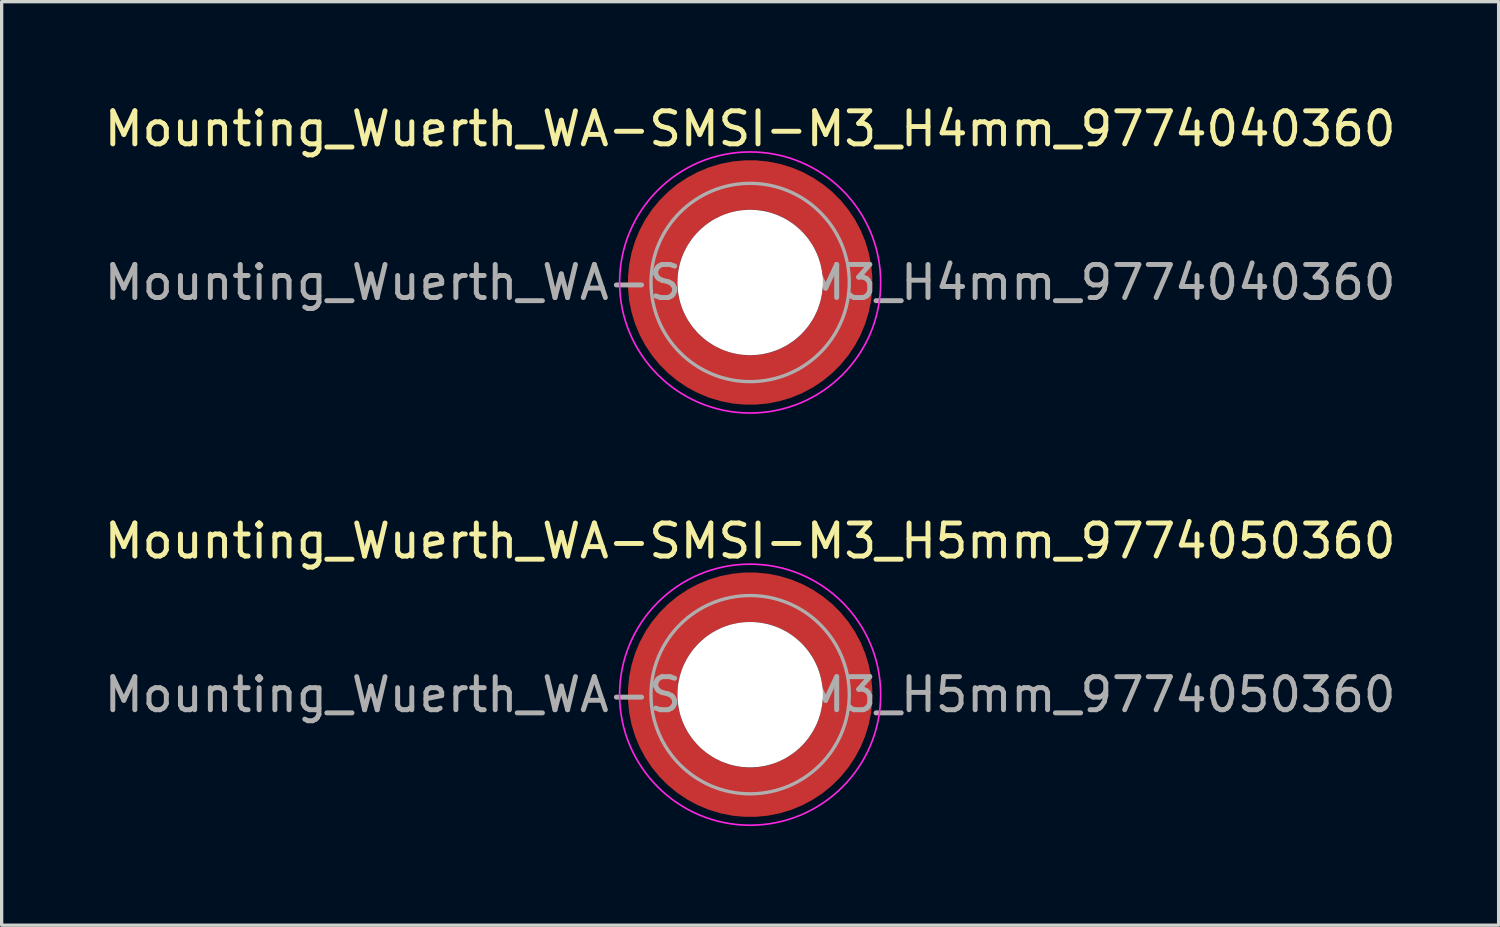
<source format=kicad_pcb>
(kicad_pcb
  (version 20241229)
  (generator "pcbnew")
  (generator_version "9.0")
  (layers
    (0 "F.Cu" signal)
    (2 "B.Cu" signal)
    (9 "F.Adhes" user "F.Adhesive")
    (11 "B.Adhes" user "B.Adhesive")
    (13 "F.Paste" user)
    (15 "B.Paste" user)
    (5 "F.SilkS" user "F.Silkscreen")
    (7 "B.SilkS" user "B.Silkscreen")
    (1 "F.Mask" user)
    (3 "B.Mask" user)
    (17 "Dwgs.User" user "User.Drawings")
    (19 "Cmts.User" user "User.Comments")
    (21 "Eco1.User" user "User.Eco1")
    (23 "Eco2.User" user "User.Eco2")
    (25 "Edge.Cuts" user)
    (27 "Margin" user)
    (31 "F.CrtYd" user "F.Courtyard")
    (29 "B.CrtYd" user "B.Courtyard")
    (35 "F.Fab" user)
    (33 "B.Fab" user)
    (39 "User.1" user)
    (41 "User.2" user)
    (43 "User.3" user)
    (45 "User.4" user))
  (footprint "Mounting_Wuerth_WA-SMSI-M3_H4mm_9774040360"
    (layer "F.Cu")
    (at 19.649 5.498)
    (property "Reference" "Mounting_Wuerth_WA-SMSI-M3_H4mm_9774040360" (at 0 -4.65 0) (layer "F.SilkS") (effects (font (size 1 1) (thickness 0.15))))
    (attr smd)
    (fp_circle (center 0 0) (end 3.95 0) (stroke (width 0.05) (type solid)) (fill no) (layer "F.CrtYd"))
    (fp_circle (center 0 0) (end 3 0) (stroke (width 0.1) (type solid)) (fill no) (layer "F.Fab"))
    (fp_text user "${REFERENCE}" (at 0 0 0) (layer "F.Fab") (effects (font (size 1 1) (thickness 0.15))))
    (pad "" smd custom (at -2.058 -2.058) (size 0.7 0.7) (layers "F.Paste") (options (anchor circle)) (primitives (gr_arc (start -0.377294 1.707681) (mid 0.317578 0.318817) (end 1.705947 -0.377044) (width 0.2)) (gr_arc (start -0.478281 1.707681) (mid 0.246161 0.248814) (end 1.703965 -0.477765) (width 0.2)) (gr_arc (start -0.579192 1.707681) (mid 0.175492 0.178063) (end 1.704077 -0.578711) (width 0.2)) (gr_arc (start -0.680037 1.707681) (mid 0.105568 0.106564) (end 1.706284 -0.679858) (width 0.2)) (gr_arc (start -0.780822 1.707681) (mid 0.034627 0.036085) (end 1.705634 -0.780569) (width 0.2)) (gr_arc (start -0.881554 1.707681) (mid -0.035694 -0.035016) (end 1.706729 -0.881441) (width 0.2)) (gr_arc (start -0.982237 1.707681) (mid -0.107281 -0.10485) (end 1.704266 -0.981843) (width 0.2)) (gr_arc (start -1.082877 1.707681) (mid -0.178372 -0.175181) (end 1.703197 -1.082374) (width 0.2)) (gr_arc (start -1.183476 1.707681) (mid -0.248964 -0.246008) (end 1.703525 -1.183025) (width 0.2)) (gr_arc (start -1.28404 1.707681) (mid -0.319062 -0.317334) (end 1.70525 -1.283784) (width 0.2)) (gr_line (start 1.708 -0.377) (end 1.708 -1.284) (width 0.2)) (gr_line (start -0.377 1.708) (end -1.284 1.708) (width 0.2))))
    (pad "" smd custom (at -2.058 2.058) (size 0.7 0.7) (layers "F.Paste") (options (anchor circle)) (primitives (gr_arc (start 1.707681 0.377294) (mid 0.318817 -0.317578) (end -0.377044 -1.705947) (width 0.2)) (gr_arc (start 1.707681 0.478281) (mid 0.248814 -0.246161) (end -0.477765 -1.703965) (width 0.2)) (gr_arc (start 1.707681 0.579192) (mid 0.178063 -0.175492) (end -0.578711 -1.704077) (width 0.2)) (gr_arc (start 1.707681 0.680037) (mid 0.106564 -0.105568) (end -0.679858 -1.706284) (width 0.2)) (gr_arc (start 1.707681 0.780822) (mid 0.036085 -0.034626) (end -0.780569 -1.705634) (width 0.2)) (gr_arc (start 1.707681 0.881554) (mid -0.035016 0.035694) (end -0.881441 -1.706729) (width 0.2)) (gr_arc (start 1.707681 0.982237) (mid -0.10485 0.107281) (end -0.981842 -1.704266) (width 0.2)) (gr_arc (start 1.707681 1.082877) (mid -0.175181 0.178372) (end -1.082374 -1.703197) (width 0.2)) (gr_arc (start 1.707681 1.183476) (mid -0.246008 0.248964) (end -1.183025 -1.703525) (width 0.2)) (gr_arc (start 1.707681 1.28404) (mid -0.317334 0.319062) (end -1.283784 -1.70525) (width 0.2)) (gr_line (start -0.377 -1.708) (end -1.284 -1.708) (width 0.2)) (gr_line (start 1.708 0.377) (end 1.708 1.284) (width 0.2))))
    (pad "" np_thru_hole circle (at 0 0) (size 4.4 4.4) (drill 4.4) (layers "*.Cu" "*.Mask"))
    (pad "" smd custom (at 2.058 -2.058) (size 0.7 0.7) (layers "F.Paste") (options (anchor circle)) (primitives (gr_arc (start -1.707681 -0.377294) (mid -0.318817 0.317579) (end 0.377044 1.705947) (width 0.2)) (gr_arc (start -1.707681 -0.478281) (mid -0.248814 0.246161) (end 0.477765 1.703965) (width 0.2)) (gr_arc (start -1.707681 -0.579192) (mid -0.178063 0.175492) (end 0.578711 1.704077) (width 0.2)) (gr_arc (start -1.707681 -0.680037) (mid -0.106564 0.105568) (end 0.679858 1.706284) (width 0.2)) (gr_arc (start -1.707681 -0.780822) (mid -0.036085 0.034627) (end 0.780569 1.705634) (width 0.2)) (gr_arc (start -1.707681 -0.881554) (mid 0.035016 -0.035694) (end 0.881441 1.706729) (width 0.2)) (gr_arc (start -1.707681 -0.982237) (mid 0.10485 -0.107281) (end 0.981843 1.704266) (width 0.2)) (gr_arc (start -1.707681 -1.082877) (mid 0.175181 -0.178372) (end 1.082374 1.703197) (width 0.2)) (gr_arc (start -1.707681 -1.183476) (mid 0.246008 -0.248964) (end 1.183025 1.703525) (width 0.2)) (gr_arc (start -1.707681 -1.28404) (mid 0.317333 -0.319062) (end 1.283784 1.70525) (width 0.2)) (gr_line (start 0.377 1.708) (end 1.284 1.708) (width 0.2)) (gr_line (start -1.708 -0.377) (end -1.708 -1.284) (width 0.2))))
    (pad "" smd custom (at 2.058 2.058) (size 0.7 0.7) (layers "F.Paste") (options (anchor circle)) (primitives (gr_arc (start 0.377294 -1.707681) (mid -0.317579 -0.318817) (end -1.705947 0.377044) (width 0.2)) (gr_arc (start 0.478281 -1.707681) (mid -0.246161 -0.248814) (end -1.703965 0.477765) (width 0.2)) (gr_arc (start 0.579192 -1.707681) (mid -0.175492 -0.178063) (end -1.704077 0.578711) (width 0.2)) (gr_arc (start 0.680037 -1.707681) (mid -0.105568 -0.106564) (end -1.706284 0.679858) (width 0.2)) (gr_arc (start 0.780822 -1.707681) (mid -0.034627 -0.036085) (end -1.705634 0.780569) (width 0.2)) (gr_arc (start 0.881554 -1.707681) (mid 0.035694 0.035016) (end -1.706729 0.881441) (width 0.2)) (gr_arc (start 0.982237 -1.707681) (mid 0.107281 0.10485) (end -1.704266 0.981843) (width 0.2)) (gr_arc (start 1.082877 -1.707681) (mid 0.178372 0.175181) (end -1.703197 1.082374) (width 0.2)) (gr_arc (start 1.183476 -1.707681) (mid 0.248964 0.246008) (end -1.703525 1.183025) (width 0.2)) (gr_arc (start 1.28404 -1.707681) (mid 0.319062 0.317333) (end -1.70525 1.283784) (width 0.2)) (gr_line (start -1.708 0.377) (end -1.708 1.284) (width 0.2)) (gr_line (start 0.377 -1.708) (end 1.284 -1.708) (width 0.2))))
    (pad "1" smd circle (at -2.95 0) (size 1.1 1.1) (layers "F.Cu"))
    (pad "1" smd circle (at 0 -2.95) (size 1.1 1.1) (layers "F.Cu"))
    (pad "1" smd circle (at 0 2.95) (size 1.1 1.1) (layers "F.Cu"))
    (pad "1" smd custom (at 2.95 0) (size 1.1 1.1) (layers "F.Cu" "F.Mask") (options (anchor circle)) (primitives (gr_circle (center -2.95 0) (end 0 0) (width 1.5) (fill no)))))
  (footprint "Mounting_Wuerth_WA-SMSI-M3_H5mm_9774050360"
    (layer "F.Cu")
    (at 19.649 17.971)
    (property "Reference" "Mounting_Wuerth_WA-SMSI-M3_H5mm_9774050360" (at 0 -4.65 0) (layer "F.SilkS") (effects (font (size 1 1) (thickness 0.15))))
    (attr smd)
    (fp_circle (center 0 0) (end 3.95 0) (stroke (width 0.05) (type solid)) (fill no) (layer "F.CrtYd"))
    (fp_circle (center 0 0) (end 3 0) (stroke (width 0.1) (type solid)) (fill no) (layer "F.Fab"))
    (fp_text user "${REFERENCE}" (at 0 0 0) (layer "F.Fab") (effects (font (size 1 1) (thickness 0.15))))
    (pad "" smd custom (at -2.058 -2.058) (size 0.7 0.7) (layers "F.Paste") (options (anchor circle)) (primitives (gr_arc (start -0.377294 1.707681) (mid 0.317578 0.318817) (end 1.705947 -0.377044) (width 0.2)) (gr_arc (start -0.478281 1.707681) (mid 0.246161 0.248814) (end 1.703965 -0.477765) (width 0.2)) (gr_arc (start -0.579192 1.707681) (mid 0.175492 0.178063) (end 1.704077 -0.578711) (width 0.2)) (gr_arc (start -0.680037 1.707681) (mid 0.105568 0.106564) (end 1.706284 -0.679858) (width 0.2)) (gr_arc (start -0.780822 1.707681) (mid 0.034627 0.036085) (end 1.705634 -0.780569) (width 0.2)) (gr_arc (start -0.881554 1.707681) (mid -0.035694 -0.035016) (end 1.706729 -0.881441) (width 0.2)) (gr_arc (start -0.982237 1.707681) (mid -0.107281 -0.10485) (end 1.704266 -0.981843) (width 0.2)) (gr_arc (start -1.082877 1.707681) (mid -0.178372 -0.175181) (end 1.703197 -1.082374) (width 0.2)) (gr_arc (start -1.183476 1.707681) (mid -0.248964 -0.246008) (end 1.703525 -1.183025) (width 0.2)) (gr_arc (start -1.28404 1.707681) (mid -0.319062 -0.317334) (end 1.70525 -1.283784) (width 0.2)) (gr_line (start 1.708 -0.377) (end 1.708 -1.284) (width 0.2)) (gr_line (start -0.377 1.708) (end -1.284 1.708) (width 0.2))))
    (pad "" smd custom (at -2.058 2.058) (size 0.7 0.7) (layers "F.Paste") (options (anchor circle)) (primitives (gr_arc (start 1.707681 0.377294) (mid 0.318817 -0.317578) (end -0.377044 -1.705947) (width 0.2)) (gr_arc (start 1.707681 0.478281) (mid 0.248814 -0.246161) (end -0.477765 -1.703965) (width 0.2)) (gr_arc (start 1.707681 0.579192) (mid 0.178063 -0.175492) (end -0.578711 -1.704077) (width 0.2)) (gr_arc (start 1.707681 0.680037) (mid 0.106564 -0.105568) (end -0.679858 -1.706284) (width 0.2)) (gr_arc (start 1.707681 0.780822) (mid 0.036085 -0.034626) (end -0.780569 -1.705634) (width 0.2)) (gr_arc (start 1.707681 0.881554) (mid -0.035016 0.035694) (end -0.881441 -1.706729) (width 0.2)) (gr_arc (start 1.707681 0.982237) (mid -0.10485 0.107281) (end -0.981842 -1.704266) (width 0.2)) (gr_arc (start 1.707681 1.082877) (mid -0.175181 0.178372) (end -1.082374 -1.703197) (width 0.2)) (gr_arc (start 1.707681 1.183476) (mid -0.246008 0.248964) (end -1.183025 -1.703525) (width 0.2)) (gr_arc (start 1.707681 1.28404) (mid -0.317334 0.319062) (end -1.283784 -1.70525) (width 0.2)) (gr_line (start -0.377 -1.708) (end -1.284 -1.708) (width 0.2)) (gr_line (start 1.708 0.377) (end 1.708 1.284) (width 0.2))))
    (pad "" np_thru_hole circle (at 0 0) (size 4.4 4.4) (drill 4.4) (layers "*.Cu" "*.Mask"))
    (pad "" smd custom (at 2.058 -2.058) (size 0.7 0.7) (layers "F.Paste") (options (anchor circle)) (primitives (gr_arc (start -1.707681 -0.377294) (mid -0.318817 0.317579) (end 0.377044 1.705947) (width 0.2)) (gr_arc (start -1.707681 -0.478281) (mid -0.248814 0.246161) (end 0.477765 1.703965) (width 0.2)) (gr_arc (start -1.707681 -0.579192) (mid -0.178063 0.175492) (end 0.578711 1.704077) (width 0.2)) (gr_arc (start -1.707681 -0.680037) (mid -0.106564 0.105568) (end 0.679858 1.706284) (width 0.2)) (gr_arc (start -1.707681 -0.780822) (mid -0.036085 0.034627) (end 0.780569 1.705634) (width 0.2)) (gr_arc (start -1.707681 -0.881554) (mid 0.035016 -0.035694) (end 0.881441 1.706729) (width 0.2)) (gr_arc (start -1.707681 -0.982237) (mid 0.10485 -0.107281) (end 0.981843 1.704266) (width 0.2)) (gr_arc (start -1.707681 -1.082877) (mid 0.175181 -0.178372) (end 1.082374 1.703197) (width 0.2)) (gr_arc (start -1.707681 -1.183476) (mid 0.246008 -0.248964) (end 1.183025 1.703525) (width 0.2)) (gr_arc (start -1.707681 -1.28404) (mid 0.317333 -0.319062) (end 1.283784 1.70525) (width 0.2)) (gr_line (start 0.377 1.708) (end 1.284 1.708) (width 0.2)) (gr_line (start -1.708 -0.377) (end -1.708 -1.284) (width 0.2))))
    (pad "" smd custom (at 2.058 2.058) (size 0.7 0.7) (layers "F.Paste") (options (anchor circle)) (primitives (gr_arc (start 0.377294 -1.707681) (mid -0.317579 -0.318817) (end -1.705947 0.377044) (width 0.2)) (gr_arc (start 0.478281 -1.707681) (mid -0.246161 -0.248814) (end -1.703965 0.477765) (width 0.2)) (gr_arc (start 0.579192 -1.707681) (mid -0.175492 -0.178063) (end -1.704077 0.578711) (width 0.2)) (gr_arc (start 0.680037 -1.707681) (mid -0.105568 -0.106564) (end -1.706284 0.679858) (width 0.2)) (gr_arc (start 0.780822 -1.707681) (mid -0.034627 -0.036085) (end -1.705634 0.780569) (width 0.2)) (gr_arc (start 0.881554 -1.707681) (mid 0.035694 0.035016) (end -1.706729 0.881441) (width 0.2)) (gr_arc (start 0.982237 -1.707681) (mid 0.107281 0.10485) (end -1.704266 0.981843) (width 0.2)) (gr_arc (start 1.082877 -1.707681) (mid 0.178372 0.175181) (end -1.703197 1.082374) (width 0.2)) (gr_arc (start 1.183476 -1.707681) (mid 0.248964 0.246008) (end -1.703525 1.183025) (width 0.2)) (gr_arc (start 1.28404 -1.707681) (mid 0.319062 0.317333) (end -1.70525 1.283784) (width 0.2)) (gr_line (start -1.708 0.377) (end -1.708 1.284) (width 0.2)) (gr_line (start 0.377 -1.708) (end 1.284 -1.708) (width 0.2))))
    (pad "1" smd circle (at -2.95 0) (size 1.1 1.1) (layers "F.Cu"))
    (pad "1" smd circle (at 0 -2.95) (size 1.1 1.1) (layers "F.Cu"))
    (pad "1" smd circle (at 0 2.95) (size 1.1 1.1) (layers "F.Cu"))
    (pad "1" smd custom (at 2.95 0) (size 1.1 1.1) (layers "F.Cu" "F.Mask") (options (anchor circle)) (primitives (gr_circle (center -2.95 0) (end 0 0) (width 1.5) (fill no)))))
  (gr_rect
    (start -3 -3)
    (end 42.298 24.947)
    (stroke (width 0.1) (type default))
    (fill no)
    (layer "Edge.Cuts")))
</source>
